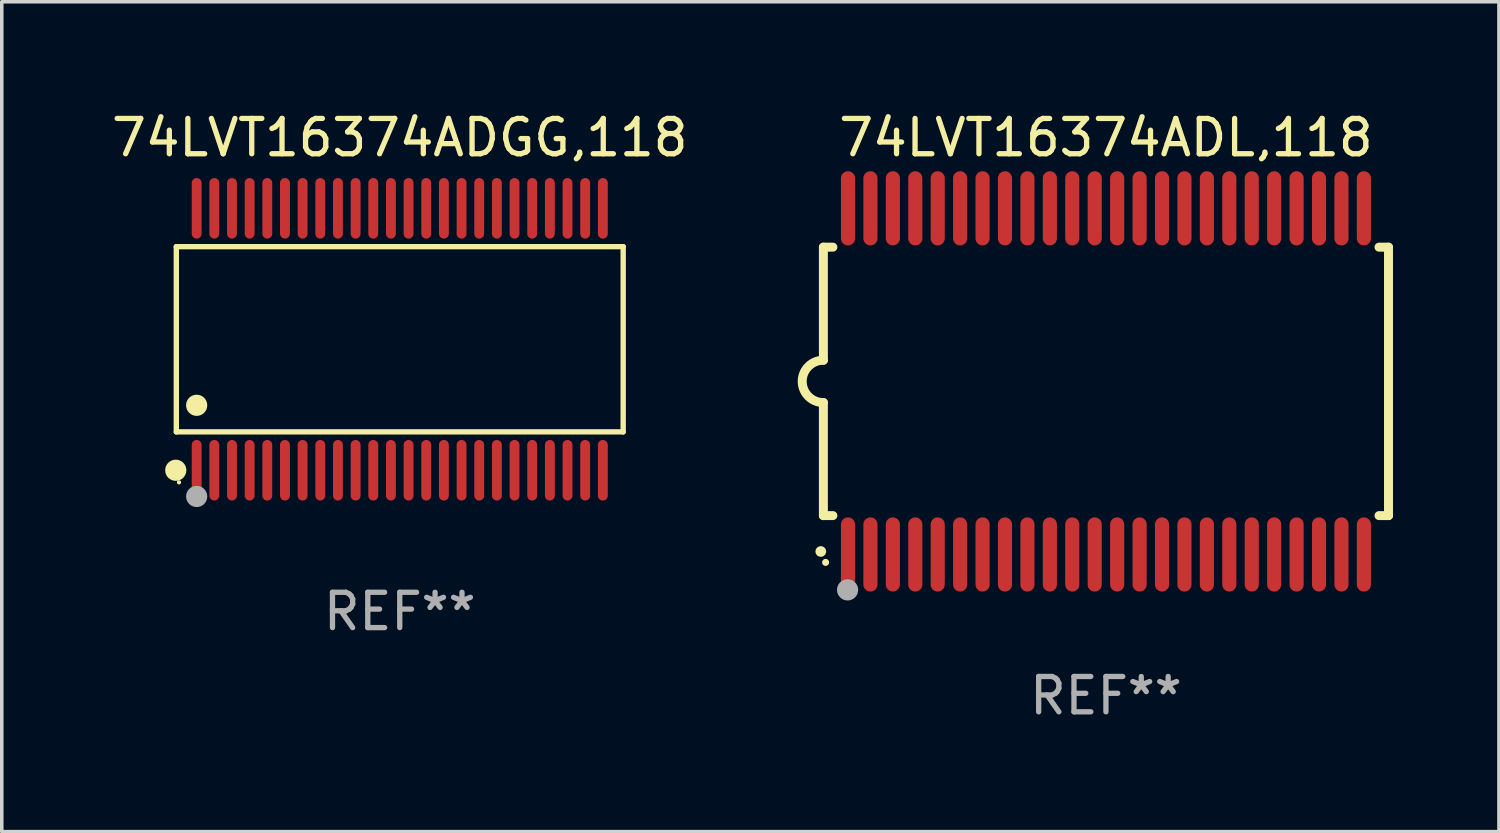
<source format=kicad_pcb>
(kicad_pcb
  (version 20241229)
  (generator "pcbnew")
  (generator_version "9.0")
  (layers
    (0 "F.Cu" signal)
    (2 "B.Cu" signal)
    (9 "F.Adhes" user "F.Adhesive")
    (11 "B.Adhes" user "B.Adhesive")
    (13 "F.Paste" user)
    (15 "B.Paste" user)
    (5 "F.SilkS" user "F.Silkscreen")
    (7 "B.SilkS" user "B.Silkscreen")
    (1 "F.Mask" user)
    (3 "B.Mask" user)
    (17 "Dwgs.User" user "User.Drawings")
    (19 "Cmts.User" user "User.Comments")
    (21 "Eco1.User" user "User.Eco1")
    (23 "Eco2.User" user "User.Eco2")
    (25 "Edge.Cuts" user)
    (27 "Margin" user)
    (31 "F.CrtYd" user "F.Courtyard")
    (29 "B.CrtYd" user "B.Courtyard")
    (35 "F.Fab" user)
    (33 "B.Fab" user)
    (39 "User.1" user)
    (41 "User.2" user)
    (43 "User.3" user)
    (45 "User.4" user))
  (footprint "74LVT16374ADGG,118"
    (layer "F.Cu")
    (at 8.268 6.556)
    (property "Reference" "74LVT16374ADGG,118" (at 0 -5.708 0) (layer "F.SilkS") (effects (font (size 1 1) (thickness 0.15))))
    (attr through_hole)
    (fp_line (start -6.326 -2.622) (end 6.326 -2.622) (stroke (width 0.152) (type solid)) (layer "F.SilkS"))
    (fp_line (start -6.326 2.621) (end -6.326 -2.622) (stroke (width 0.152) (type solid)) (layer "F.SilkS"))
    (fp_line (start 6.326 -2.622) (end 6.326 2.621) (stroke (width 0.152) (type solid)) (layer "F.SilkS"))
    (fp_line (start 6.326 2.621) (end -6.326 2.621) (stroke (width 0.152) (type solid)) (layer "F.SilkS"))
    (fp_circle (center -6.342 3.708) (end -6.192 3.708) (stroke (width 0.3) (type solid)) (fill no) (layer "F.SilkS"))
    (fp_circle (center -6.25 4.05) (end -6.22 4.05) (stroke (width 0.06) (type solid)) (fill no) (layer "F.SilkS"))
    (fp_circle (center -5.75 1.869) (end -5.6 1.869) (stroke (width 0.3) (type solid)) (fill no) (layer "F.SilkS"))
    (fp_circle (center -5.75 4.45) (end -5.6 4.45) (stroke (width 0.3) (type solid)) (fill no) (layer "F.Fab"))
    (fp_text user "REF**" (at 0 7.708 0) (layer "F.Fab") (effects (font (size 1 1) (thickness 0.15))))
    (pad "1" smd oval (at -5.75 3.708) (size 0.28 1.715) (layers "F.Cu" "F.Mask" "F.Paste"))
    (pad "2" smd oval (at -5.25 3.708) (size 0.28 1.715) (layers "F.Cu" "F.Mask" "F.Paste"))
    (pad "3" smd oval (at -4.75 3.708) (size 0.28 1.715) (layers "F.Cu" "F.Mask" "F.Paste"))
    (pad "4" smd oval (at -4.25 3.708) (size 0.28 1.715) (layers "F.Cu" "F.Mask" "F.Paste"))
    (pad "5" smd oval (at -3.75 3.708) (size 0.28 1.715) (layers "F.Cu" "F.Mask" "F.Paste"))
    (pad "6" smd oval (at -3.25 3.708) (size 0.28 1.715) (layers "F.Cu" "F.Mask" "F.Paste"))
    (pad "7" smd oval (at -2.75 3.708) (size 0.28 1.715) (layers "F.Cu" "F.Mask" "F.Paste"))
    (pad "8" smd oval (at -2.25 3.708) (size 0.28 1.715) (layers "F.Cu" "F.Mask" "F.Paste"))
    (pad "9" smd oval (at -1.75 3.708) (size 0.28 1.715) (layers "F.Cu" "F.Mask" "F.Paste"))
    (pad "10" smd oval (at -1.25 3.708) (size 0.28 1.715) (layers "F.Cu" "F.Mask" "F.Paste"))
    (pad "11" smd oval (at -0.75 3.708) (size 0.28 1.715) (layers "F.Cu" "F.Mask" "F.Paste"))
    (pad "12" smd oval (at -0.25 3.708) (size 0.28 1.715) (layers "F.Cu" "F.Mask" "F.Paste"))
    (pad "13" smd oval (at 0.25 3.708) (size 0.28 1.715) (layers "F.Cu" "F.Mask" "F.Paste"))
    (pad "14" smd oval (at 0.75 3.708) (size 0.28 1.715) (layers "F.Cu" "F.Mask" "F.Paste"))
    (pad "15" smd oval (at 1.25 3.708) (size 0.28 1.715) (layers "F.Cu" "F.Mask" "F.Paste"))
    (pad "16" smd oval (at 1.75 3.708) (size 0.28 1.715) (layers "F.Cu" "F.Mask" "F.Paste"))
    (pad "17" smd oval (at 2.25 3.708) (size 0.28 1.715) (layers "F.Cu" "F.Mask" "F.Paste"))
    (pad "18" smd oval (at 2.75 3.708) (size 0.28 1.715) (layers "F.Cu" "F.Mask" "F.Paste"))
    (pad "19" smd oval (at 3.25 3.708) (size 0.28 1.715) (layers "F.Cu" "F.Mask" "F.Paste"))
    (pad "20" smd oval (at 3.75 3.708) (size 0.28 1.715) (layers "F.Cu" "F.Mask" "F.Paste"))
    (pad "21" smd oval (at 4.25 3.708) (size 0.28 1.715) (layers "F.Cu" "F.Mask" "F.Paste"))
    (pad "22" smd oval (at 4.75 3.708) (size 0.28 1.715) (layers "F.Cu" "F.Mask" "F.Paste"))
    (pad "23" smd oval (at 5.25 3.708) (size 0.28 1.715) (layers "F.Cu" "F.Mask" "F.Paste"))
    (pad "24" smd oval (at 5.75 3.708) (size 0.28 1.715) (layers "F.Cu" "F.Mask" "F.Paste"))
    (pad "25" smd oval (at 5.75 -3.708) (size 0.28 1.715) (layers "F.Cu" "F.Mask" "F.Paste"))
    (pad "26" smd oval (at 5.25 -3.708) (size 0.28 1.715) (layers "F.Cu" "F.Mask" "F.Paste"))
    (pad "27" smd oval (at 4.75 -3.708) (size 0.28 1.715) (layers "F.Cu" "F.Mask" "F.Paste"))
    (pad "28" smd oval (at 4.25 -3.708) (size 0.28 1.715) (layers "F.Cu" "F.Mask" "F.Paste"))
    (pad "29" smd oval (at 3.75 -3.708) (size 0.28 1.715) (layers "F.Cu" "F.Mask" "F.Paste"))
    (pad "30" smd oval (at 3.25 -3.708) (size 0.28 1.715) (layers "F.Cu" "F.Mask" "F.Paste"))
    (pad "31" smd oval (at 2.75 -3.708) (size 0.28 1.715) (layers "F.Cu" "F.Mask" "F.Paste"))
    (pad "32" smd oval (at 2.25 -3.708) (size 0.28 1.715) (layers "F.Cu" "F.Mask" "F.Paste"))
    (pad "33" smd oval (at 1.75 -3.708) (size 0.28 1.715) (layers "F.Cu" "F.Mask" "F.Paste"))
    (pad "34" smd oval (at 1.25 -3.708) (size 0.28 1.715) (layers "F.Cu" "F.Mask" "F.Paste"))
    (pad "35" smd oval (at 0.75 -3.708) (size 0.28 1.715) (layers "F.Cu" "F.Mask" "F.Paste"))
    (pad "36" smd oval (at 0.25 -3.708) (size 0.28 1.715) (layers "F.Cu" "F.Mask" "F.Paste"))
    (pad "37" smd oval (at -0.25 -3.708) (size 0.28 1.715) (layers "F.Cu" "F.Mask" "F.Paste"))
    (pad "38" smd oval (at -0.75 -3.708) (size 0.28 1.715) (layers "F.Cu" "F.Mask" "F.Paste"))
    (pad "39" smd oval (at -1.25 -3.708) (size 0.28 1.715) (layers "F.Cu" "F.Mask" "F.Paste"))
    (pad "40" smd oval (at -1.75 -3.708) (size 0.28 1.715) (layers "F.Cu" "F.Mask" "F.Paste"))
    (pad "41" smd oval (at -2.25 -3.708) (size 0.28 1.715) (layers "F.Cu" "F.Mask" "F.Paste"))
    (pad "42" smd oval (at -2.75 -3.708) (size 0.28 1.715) (layers "F.Cu" "F.Mask" "F.Paste"))
    (pad "43" smd oval (at -3.25 -3.708) (size 0.28 1.715) (layers "F.Cu" "F.Mask" "F.Paste"))
    (pad "44" smd oval (at -3.75 -3.708) (size 0.28 1.715) (layers "F.Cu" "F.Mask" "F.Paste"))
    (pad "45" smd oval (at -4.25 -3.708) (size 0.28 1.715) (layers "F.Cu" "F.Mask" "F.Paste"))
    (pad "46" smd oval (at -4.75 -3.708) (size 0.28 1.715) (layers "F.Cu" "F.Mask" "F.Paste"))
    (pad "47" smd oval (at -5.25 -3.708) (size 0.28 1.715) (layers "F.Cu" "F.Mask" "F.Paste"))
    (pad "48" smd oval (at -5.75 -3.708) (size 0.28 1.715) (layers "F.Cu" "F.Mask" "F.Paste")))
  (footprint "74LVT16374ADL,118"
    (layer "F.Cu")
    (at 28.262 7.748)
    (property "Reference" "74LVT16374ADL,118" (at 0 -6.9 0) (layer "F.SilkS") (effects (font (size 1 1) (thickness 0.15))))
    (attr through_hole)
    (fp_line (start -8 -3.8) (end -8 -0.599) (stroke (width 0.254) (type solid)) (layer "F.SilkS"))
    (fp_line (start -8 -3.8) (end -7.731 -3.8) (stroke (width 0.254) (type solid)) (layer "F.SilkS"))
    (fp_line (start -8 3.8) (end -8 0.599) (stroke (width 0.254) (type solid)) (layer "F.SilkS"))
    (fp_line (start -7.731 3.8) (end -8 3.8) (stroke (width 0.254) (type solid)) (layer "F.SilkS"))
    (fp_line (start 7.731 -3.8) (end 8 -3.8) (stroke (width 0.254) (type solid)) (layer "F.SilkS"))
    (fp_line (start 8 -3.8) (end 8 3.8) (stroke (width 0.254) (type solid)) (layer "F.SilkS"))
    (fp_line (start 8 3.8) (end 7.731 3.8) (stroke (width 0.254) (type solid)) (layer "F.SilkS"))
    (fp_arc (start -8.074676 4.81585) (mid -8.073406 4.815845) (end -8.072136 4.81585) (stroke (width 0.3) (type solid)) (layer "F.SilkS"))
    (fp_arc (start -8.000025 0.6) (mid -8.598908 0.00056) (end -8.000027 -0.598882) (stroke (width 0.254001) (type solid)) (layer "F.SilkS"))
    (fp_circle (center -7.937 5.125) (end -7.887 5.125) (stroke (width 0.1) (type solid)) (fill no) (layer "F.SilkS"))
    (fp_circle (center -7.315 5.903) (end -7.165 5.903) (stroke (width 0.3) (type solid)) (fill no) (layer "F.Fab"))
    (fp_text user "REF**" (at 0 8.9 0) (layer "F.Fab") (effects (font (size 1 1) (thickness 0.15))))
    (pad "1" smd oval (at -7.303 4.9) (size 0.4 2.1) (layers "F.Cu" "F.Mask" "F.Paste"))
    (pad "2" smd oval (at -6.668 4.9) (size 0.4 2.1) (layers "F.Cu" "F.Mask" "F.Paste"))
    (pad "3" smd oval (at -6.033 4.9) (size 0.4 2.1) (layers "F.Cu" "F.Mask" "F.Paste"))
    (pad "4" smd oval (at -5.398 4.9) (size 0.4 2.1) (layers "F.Cu" "F.Mask" "F.Paste"))
    (pad "5" smd oval (at -4.763 4.9) (size 0.4 2.1) (layers "F.Cu" "F.Mask" "F.Paste"))
    (pad "6" smd oval (at -4.128 4.9) (size 0.4 2.1) (layers "F.Cu" "F.Mask" "F.Paste"))
    (pad "7" smd oval (at -3.493 4.9) (size 0.4 2.1) (layers "F.Cu" "F.Mask" "F.Paste"))
    (pad "8" smd oval (at -2.858 4.9) (size 0.4 2.1) (layers "F.Cu" "F.Mask" "F.Paste"))
    (pad "9" smd oval (at -2.223 4.9) (size 0.4 2.1) (layers "F.Cu" "F.Mask" "F.Paste"))
    (pad "10" smd oval (at -1.588 4.9) (size 0.4 2.1) (layers "F.Cu" "F.Mask" "F.Paste"))
    (pad "11" smd oval (at -0.953 4.9) (size 0.4 2.1) (layers "F.Cu" "F.Mask" "F.Paste"))
    (pad "12" smd oval (at -0.318 4.9) (size 0.4 2.1) (layers "F.Cu" "F.Mask" "F.Paste"))
    (pad "13" smd oval (at 0.318 4.9) (size 0.4 2.1) (layers "F.Cu" "F.Mask" "F.Paste"))
    (pad "14" smd oval (at 0.953 4.9) (size 0.4 2.1) (layers "F.Cu" "F.Mask" "F.Paste"))
    (pad "15" smd oval (at 1.588 4.9) (size 0.4 2.1) (layers "F.Cu" "F.Mask" "F.Paste"))
    (pad "16" smd oval (at 2.223 4.9) (size 0.4 2.1) (layers "F.Cu" "F.Mask" "F.Paste"))
    (pad "17" smd oval (at 2.858 4.9) (size 0.4 2.1) (layers "F.Cu" "F.Mask" "F.Paste"))
    (pad "18" smd oval (at 3.493 4.9) (size 0.4 2.1) (layers "F.Cu" "F.Mask" "F.Paste"))
    (pad "19" smd oval (at 4.128 4.9) (size 0.4 2.1) (layers "F.Cu" "F.Mask" "F.Paste"))
    (pad "20" smd oval (at 4.763 4.9) (size 0.4 2.1) (layers "F.Cu" "F.Mask" "F.Paste"))
    (pad "21" smd oval (at 5.398 4.9) (size 0.4 2.1) (layers "F.Cu" "F.Mask" "F.Paste"))
    (pad "22" smd oval (at 6.033 4.9) (size 0.4 2.1) (layers "F.Cu" "F.Mask" "F.Paste"))
    (pad "23" smd oval (at 6.668 4.9) (size 0.4 2.1) (layers "F.Cu" "F.Mask" "F.Paste"))
    (pad "24" smd oval (at 7.303 4.9) (size 0.4 2.1) (layers "F.Cu" "F.Mask" "F.Paste"))
    (pad "25" smd oval (at 7.303 -4.9 180) (size 0.4 2.1) (layers "F.Cu" "F.Mask" "F.Paste"))
    (pad "26" smd oval (at 6.668 -4.9 180) (size 0.4 2.1) (layers "F.Cu" "F.Mask" "F.Paste"))
    (pad "27" smd oval (at 6.033 -4.9 180) (size 0.4 2.1) (layers "F.Cu" "F.Mask" "F.Paste"))
    (pad "28" smd oval (at 5.398 -4.9 180) (size 0.4 2.1) (layers "F.Cu" "F.Mask" "F.Paste"))
    (pad "29" smd oval (at 4.763 -4.9 180) (size 0.4 2.1) (layers "F.Cu" "F.Mask" "F.Paste"))
    (pad "30" smd oval (at 4.128 -4.9 180) (size 0.4 2.1) (layers "F.Cu" "F.Mask" "F.Paste"))
    (pad "31" smd oval (at 3.493 -4.9 180) (size 0.4 2.1) (layers "F.Cu" "F.Mask" "F.Paste"))
    (pad "32" smd oval (at 2.858 -4.9 180) (size 0.4 2.1) (layers "F.Cu" "F.Mask" "F.Paste"))
    (pad "33" smd oval (at 2.223 -4.9 180) (size 0.4 2.1) (layers "F.Cu" "F.Mask" "F.Paste"))
    (pad "34" smd oval (at 1.588 -4.9 180) (size 0.4 2.1) (layers "F.Cu" "F.Mask" "F.Paste"))
    (pad "35" smd oval (at 0.953 -4.9 180) (size 0.4 2.1) (layers "F.Cu" "F.Mask" "F.Paste"))
    (pad "36" smd oval (at 0.318 -4.9 180) (size 0.4 2.1) (layers "F.Cu" "F.Mask" "F.Paste"))
    (pad "37" smd oval (at -0.318 -4.9 180) (size 0.4 2.1) (layers "F.Cu" "F.Mask" "F.Paste"))
    (pad "38" smd oval (at -0.953 -4.9 180) (size 0.4 2.1) (layers "F.Cu" "F.Mask" "F.Paste"))
    (pad "39" smd oval (at -1.588 -4.9 180) (size 0.4 2.1) (layers "F.Cu" "F.Mask" "F.Paste"))
    (pad "40" smd oval (at -2.223 -4.9 180) (size 0.4 2.1) (layers "F.Cu" "F.Mask" "F.Paste"))
    (pad "41" smd oval (at -2.858 -4.9 180) (size 0.4 2.1) (layers "F.Cu" "F.Mask" "F.Paste"))
    (pad "42" smd oval (at -3.493 -4.9 180) (size 0.4 2.1) (layers "F.Cu" "F.Mask" "F.Paste"))
    (pad "43" smd oval (at -4.128 -4.9 180) (size 0.4 2.1) (layers "F.Cu" "F.Mask" "F.Paste"))
    (pad "44" smd oval (at -4.763 -4.9 180) (size 0.4 2.1) (layers "F.Cu" "F.Mask" "F.Paste"))
    (pad "45" smd oval (at -5.398 -4.9 180) (size 0.4 2.1) (layers "F.Cu" "F.Mask" "F.Paste"))
    (pad "46" smd oval (at -6.033 -4.9 180) (size 0.4 2.1) (layers "F.Cu" "F.Mask" "F.Paste"))
    (pad "47" smd oval (at -6.668 -4.9 180) (size 0.4 2.1) (layers "F.Cu" "F.Mask" "F.Paste"))
    (pad "48" smd oval (at -7.303 -4.9 180) (size 0.4 2.1) (layers "F.Cu" "F.Mask" "F.Paste")))
  (gr_rect
    (start -3 -3)
    (end 39.389 20.496)
    (stroke (width 0.1) (type default))
    (fill no)
    (layer "Edge.Cuts")))
</source>
